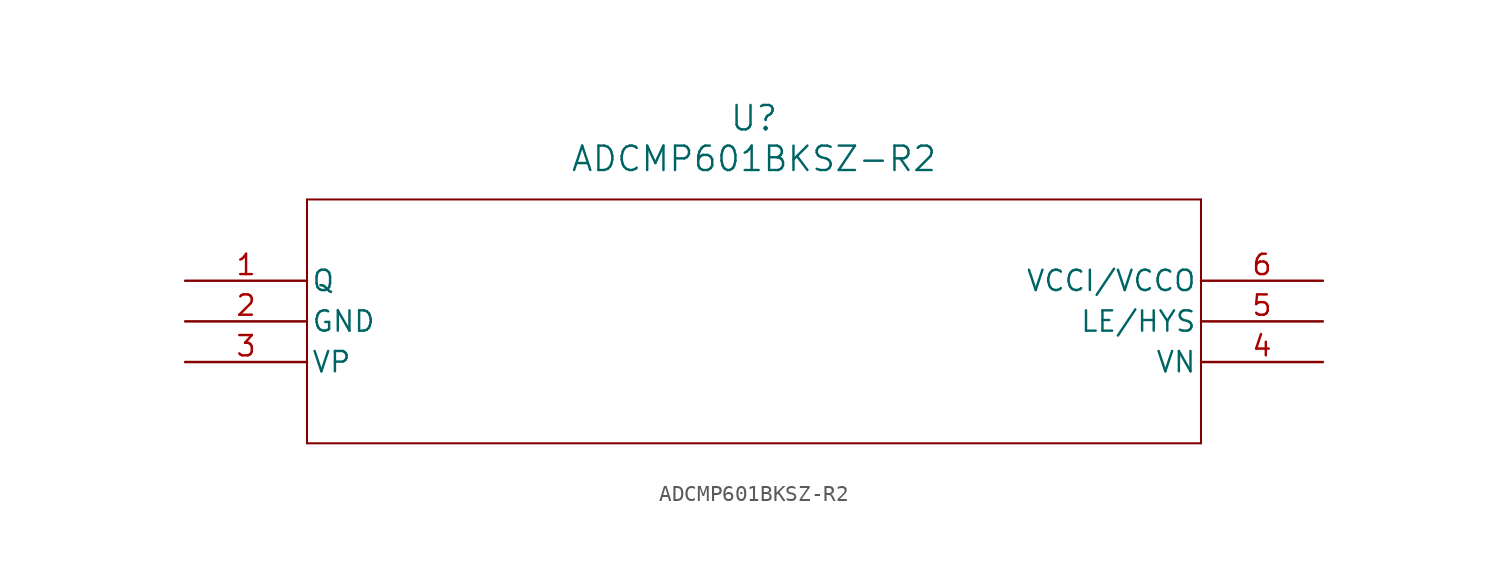
<source format=kicad_sym>
(kicad_symbol_lib
  (version 20211014)
  (generator kicad_symbol_editor)
  (symbol "ADCMP601BKSZ-R2"
    (pin_names
      (offset 0.254))
    (property "Reference" "U"
      (at 35.56 10.16 0)
      (effects (font (size 1.524 1.524))))
    (property "Value" "ADCMP601BKSZ-R2"
      (at 35.56 7.62 0)
      (effects (font (size 1.524 1.524))))
    (symbol "ADCMP601BKSZ-R2_0_1"
      (polyline (pts (xy 7.62 5.08) (xy 7.62 -10.16)) (stroke (width 0.127) (type default) (color 0 0 0 0)) (fill (type none)))
      (polyline (pts (xy 7.62 -10.16) (xy 63.5 -10.16)) (stroke (width 0.127) (type default) (color 0 0 0 0)) (fill (type none)))
      (polyline (pts (xy 63.5 -10.16) (xy 63.5 5.08)) (stroke (width 0.127) (type default) (color 0 0 0 0)) (fill (type none)))
      (polyline (pts (xy 63.5 5.08) (xy 7.62 5.08)) (stroke (width 0.127) (type default) (color 0 0 0 0)) (fill (type none)))
      (pin output line (at 0 0 0) (length 7.62) (name "Q" (effects (font (size 1.27 1.27)))) (number "1" (effects (font (size 1.27 1.27)))))
      (pin power_in line (at 0 -2.54 0) (length 7.62) (name "GND" (effects (font (size 1.27 1.27)))) (number "2" (effects (font (size 1.27 1.27)))))
      (pin input line (at 0 -5.08 0) (length 7.62) (name "VP" (effects (font (size 1.27 1.27)))) (number "3" (effects (font (size 1.27 1.27)))))
      (pin input line (at 71.12 -5.08 180) (length 7.62) (name "VN" (effects (font (size 1.27 1.27)))) (number "4" (effects (font (size 1.27 1.27)))))
      (pin unspecified line (at 71.12 -2.54 180) (length 7.62) (name "LE/HYS" (effects (font (size 1.27 1.27)))) (number "5" (effects (font (size 1.27 1.27)))))
      (pin power_in line (at 71.12 0 180) (length 7.62) (name "VCCI/VCCO" (effects (font (size 1.27 1.27)))) (number "6" (effects (font (size 1.27 1.27))))))))
</source>
